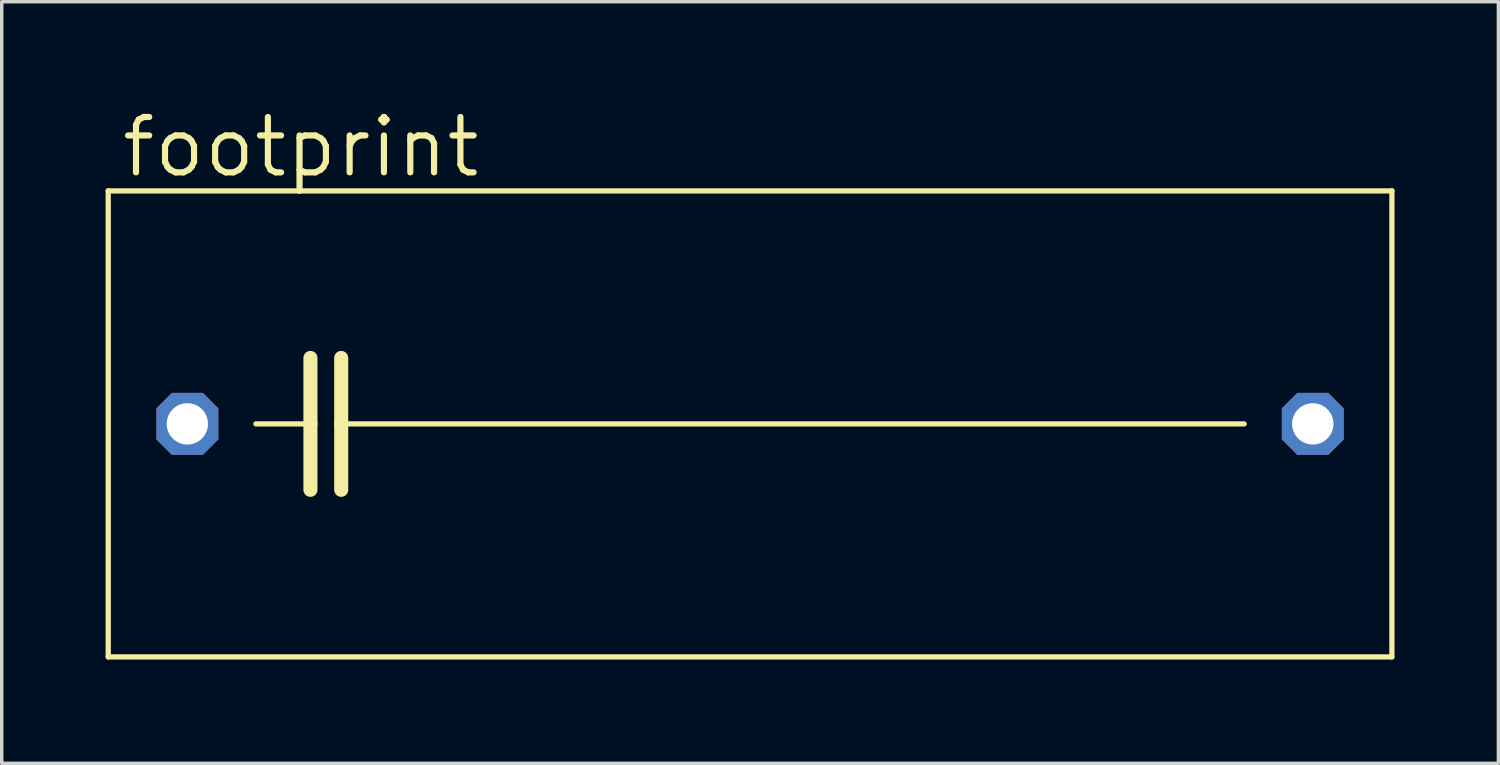
<source format=kicad_pcb>
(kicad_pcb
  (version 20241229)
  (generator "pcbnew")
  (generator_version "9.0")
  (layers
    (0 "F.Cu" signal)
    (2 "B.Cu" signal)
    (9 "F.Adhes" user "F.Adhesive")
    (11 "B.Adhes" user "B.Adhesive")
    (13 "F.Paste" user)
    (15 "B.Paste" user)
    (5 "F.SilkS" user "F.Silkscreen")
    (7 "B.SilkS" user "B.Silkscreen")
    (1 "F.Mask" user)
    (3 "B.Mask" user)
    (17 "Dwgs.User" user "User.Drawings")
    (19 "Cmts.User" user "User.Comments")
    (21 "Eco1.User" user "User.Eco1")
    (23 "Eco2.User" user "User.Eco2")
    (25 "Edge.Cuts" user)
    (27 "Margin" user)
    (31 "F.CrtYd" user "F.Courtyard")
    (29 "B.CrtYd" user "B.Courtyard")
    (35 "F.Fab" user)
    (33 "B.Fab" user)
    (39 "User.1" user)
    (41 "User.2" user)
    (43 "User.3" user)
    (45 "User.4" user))
  (footprint "footprint"
    (layer "F.Cu")
    (at 18.618 9.195)
    (property "Reference" "footprint" (at -18.237 -7.061 0) (layer "F.SilkS") (effects (font (size 1.6 1.6) (thickness 0.178)) (justify left bottom)))
    (fp_line (start -18.542 -6.731) (end -18.542 6.731) (stroke (width 0.152) (type solid)) (layer "F.SilkS"))
    (fp_line (start -18.542 6.731) (end 18.542 6.731) (stroke (width 0.152) (type solid)) (layer "F.SilkS"))
    (fp_line (start -14.275 0) (end -12.7 0) (stroke (width 0.152) (type solid)) (layer "F.SilkS"))
    (fp_line (start -12.7 -1.905) (end -12.7 0) (stroke (width 0.406) (type solid)) (layer "F.SilkS"))
    (fp_line (start -12.7 0) (end -12.7 1.905) (stroke (width 0.406) (type solid)) (layer "F.SilkS"))
    (fp_line (start -11.811 -1.905) (end -11.811 0) (stroke (width 0.406) (type solid)) (layer "F.SilkS"))
    (fp_line (start -11.811 0) (end -11.811 1.905) (stroke (width 0.406) (type solid)) (layer "F.SilkS"))
    (fp_line (start -11.811 0) (end 14.275 0) (stroke (width 0.152) (type solid)) (layer "F.SilkS"))
    (fp_line (start 18.542 -6.731) (end -18.542 -6.731) (stroke (width 0.152) (type solid)) (layer "F.SilkS"))
    (fp_line (start 18.542 -6.731) (end 18.542 6.731) (stroke (width 0.152) (type solid)) (layer "F.SilkS"))
    (pad "1" thru_hole roundrect (at -16.256 0) (size 1.791 1.791) (drill 1.194) (layers "*.Cu" "*.Mask") (roundrect_rratio 0.25) (chamfer_ratio 0.25) (chamfer top_left top_right bottom_left bottom_right))
    (pad "2" thru_hole roundrect (at 16.256 0) (size 1.791 1.791) (drill 1.194) (layers "*.Cu" "*.Mask") (roundrect_rratio 0.25) (chamfer_ratio 0.25) (chamfer top_left top_right bottom_left bottom_right)))
  (gr_rect
    (start -3 -3)
    (end 40.236 19.002)
    (stroke (width 0.1) (type default))
    (fill no)
    (layer "Edge.Cuts")))
</source>
